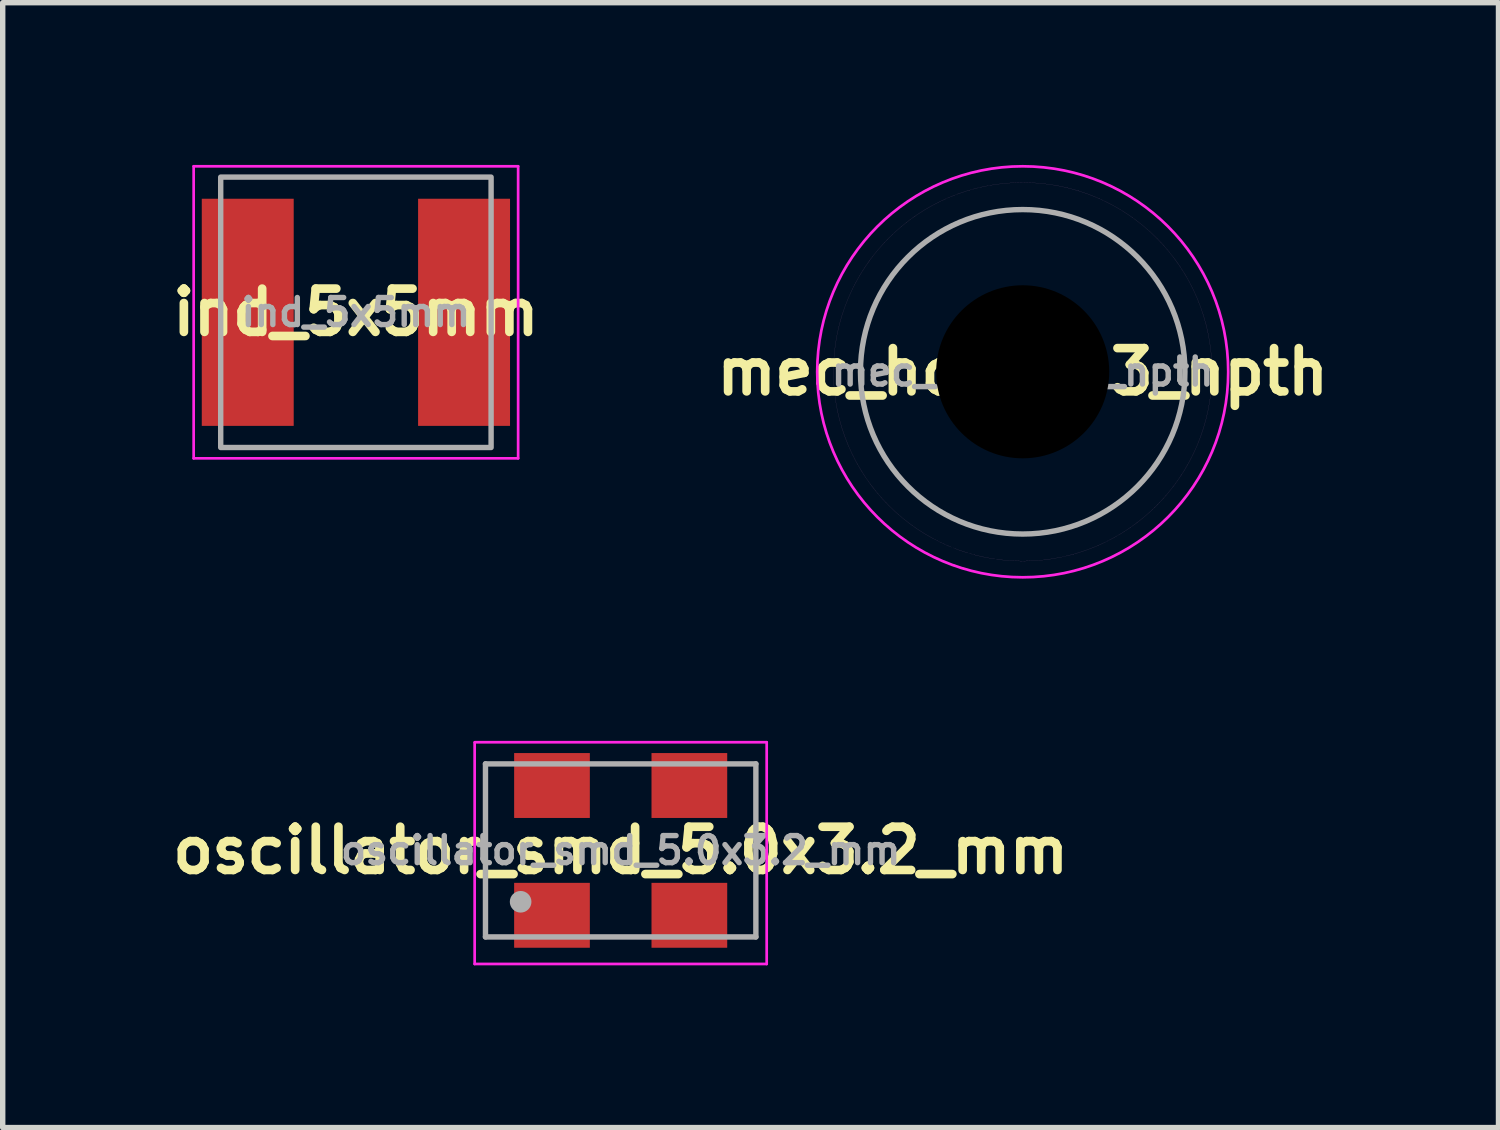
<source format=kicad_pcb>
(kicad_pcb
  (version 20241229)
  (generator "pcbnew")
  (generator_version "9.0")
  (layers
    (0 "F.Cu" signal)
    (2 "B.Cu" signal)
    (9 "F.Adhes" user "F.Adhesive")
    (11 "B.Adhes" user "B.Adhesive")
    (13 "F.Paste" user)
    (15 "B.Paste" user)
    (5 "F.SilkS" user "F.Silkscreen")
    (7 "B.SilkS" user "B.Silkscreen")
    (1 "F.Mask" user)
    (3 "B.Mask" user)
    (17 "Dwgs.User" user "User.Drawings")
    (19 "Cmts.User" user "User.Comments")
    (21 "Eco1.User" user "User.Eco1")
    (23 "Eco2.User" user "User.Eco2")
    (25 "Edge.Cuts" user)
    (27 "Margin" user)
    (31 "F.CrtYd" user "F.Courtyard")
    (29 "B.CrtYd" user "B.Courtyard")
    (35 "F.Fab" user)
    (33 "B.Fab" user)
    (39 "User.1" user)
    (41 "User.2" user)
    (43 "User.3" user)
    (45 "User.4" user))
  (footprint "oscillator_smd_5.0x3.2_mm"
    (layer "F.Cu")
    (at 8.427 12.675)
    (property "Reference" "oscillator_smd_5.0x3.2_mm" (at 0 0 0) (layer "F.SilkS") (effects (font (size 0.8 0.8) (thickness 0.16))))
    (attr smd)
    (fp_line (start -2.7 -1.99) (end -2.7 2.1) (stroke (width 0.05) (type solid)) (layer "F.CrtYd"))
    (fp_line (start -2.7 2.1) (end 2.7 2.1) (stroke (width 0.05) (type solid)) (layer "F.CrtYd"))
    (fp_line (start 2.7 -2) (end -2.7 -2) (stroke (width 0.05) (type solid)) (layer "F.CrtYd"))
    (fp_line (start 2.7 2.1) (end 2.7 -2) (stroke (width 0.05) (type solid)) (layer "F.CrtYd"))
    (fp_line (start -2.5 -1.6) (end 2.5 -1.6) (stroke (width 0.1) (type solid)) (layer "F.Fab"))
    (fp_line (start -2.5 1.6) (end -2.5 -1.6) (stroke (width 0.1) (type solid)) (layer "F.Fab"))
    (fp_line (start 2.5 -1.6) (end 2.5 1.6) (stroke (width 0.1) (type solid)) (layer "F.Fab"))
    (fp_line (start 2.5 1.6) (end -2.5 1.6) (stroke (width 0.1) (type solid)) (layer "F.Fab"))
    (fp_circle (center -1.85 0.95) (end -1.75 0.95) (stroke (width 0.2) (type solid)) (fill no) (layer "F.Fab"))
    (fp_text user "${REFERENCE}" (at 0 0 0) (layer "F.Fab") (effects (font (size 0.5 0.5) (thickness 0.1))))
    (pad "1" smd rect (at -1.27 1.2) (size 1.4 1.2) (layers "F.Cu" "F.Mask" "F.Paste"))
    (pad "2" smd rect (at 1.27 1.2) (size 1.4 1.2) (layers "F.Cu" "F.Mask" "F.Paste"))
    (pad "3" smd rect (at 1.27 -1.2) (size 1.4 1.2) (layers "F.Cu" "F.Mask" "F.Paste"))
    (pad "4" smd rect (at -1.27 -1.2) (size 1.4 1.2) (layers "F.Cu" "F.Mask" "F.Paste")))
  (footprint "ind_5x5mm"
    (layer "F.Cu")
    (at 3.531 2.725)
    (property "Reference" "ind_5x5mm" (at 0 0 0) (layer "F.SilkS") (effects (font (size 0.8 0.8) (thickness 0.16))))
    (attr smd)
    (fp_line (start -3 -2.7) (end 3 -2.7) (stroke (width 0.05) (type solid)) (layer "F.CrtYd"))
    (fp_line (start -3 2.7) (end -3 -2.7) (stroke (width 0.05) (type solid)) (layer "F.CrtYd"))
    (fp_line (start 3 -2.7) (end 3 2.7) (stroke (width 0.05) (type solid)) (layer "F.CrtYd"))
    (fp_line (start 3 2.7) (end -3 2.7) (stroke (width 0.05) (type solid)) (layer "F.CrtYd"))
    (fp_rect (start -2.5 -2.5) (end 2.5 2.5) (stroke (width 0.1) (type solid)) (fill no) (layer "F.Fab"))
    (fp_text user "${REFERENCE}" (at 0 0 0) (layer "F.Fab") (effects (font (size 0.5 0.5) (thickness 0.1))))
    (pad "1" smd rect (at -2 0) (size 1.7 4.2) (layers "F.Cu" "F.Mask" "F.Paste"))
    (pad "2" smd rect (at 2 0) (size 1.7 4.2) (layers "F.Cu" "F.Mask" "F.Paste")))
  (footprint "mec_hole_m3_npth"
    (layer "F.Cu")
    (at 15.861 3.825)
    (property "Reference" "mec_hole_m3_npth" (at 0 0 0) (unlocked yes) (layer "F.SilkS") (effects (font (size 0.8 0.8) (thickness 0.16))))
    (attr through_hole exclude_from_pos_files exclude_from_bom)
    (fp_circle (center 0 0) (end 3.5 0) (stroke (width 0.001) (type solid)) (fill no) (layer "F.Cu"))
    (fp_circle (center 0 0) (end 3.5 0) (stroke (width 0.001) (type solid)) (fill no) (layer "B.Cu"))
    (fp_circle (center 0 0) (end 3.8 0) (stroke (width 0.05) (type solid)) (fill no) (layer "F.CrtYd"))
    (fp_circle (center 0 0) (end 3 0) (stroke (width 0.1) (type solid)) (fill no) (layer "F.Fab"))
    (fp_text user "${REFERENCE}" (at 0 0 0) (layer "F.Fab") (effects (font (size 0.5 0.5) (thickness 0.1))))
    (pad "" np_thru_hole circle (at 0 0) (size 7 7) (drill 3.2) (layers "*.Mask")))
  (gr_rect
    (start -3 -3)
    (end 24.659 17.8)
    (stroke (width 0.1) (type default))
    (fill no)
    (layer "Edge.Cuts")))
</source>
